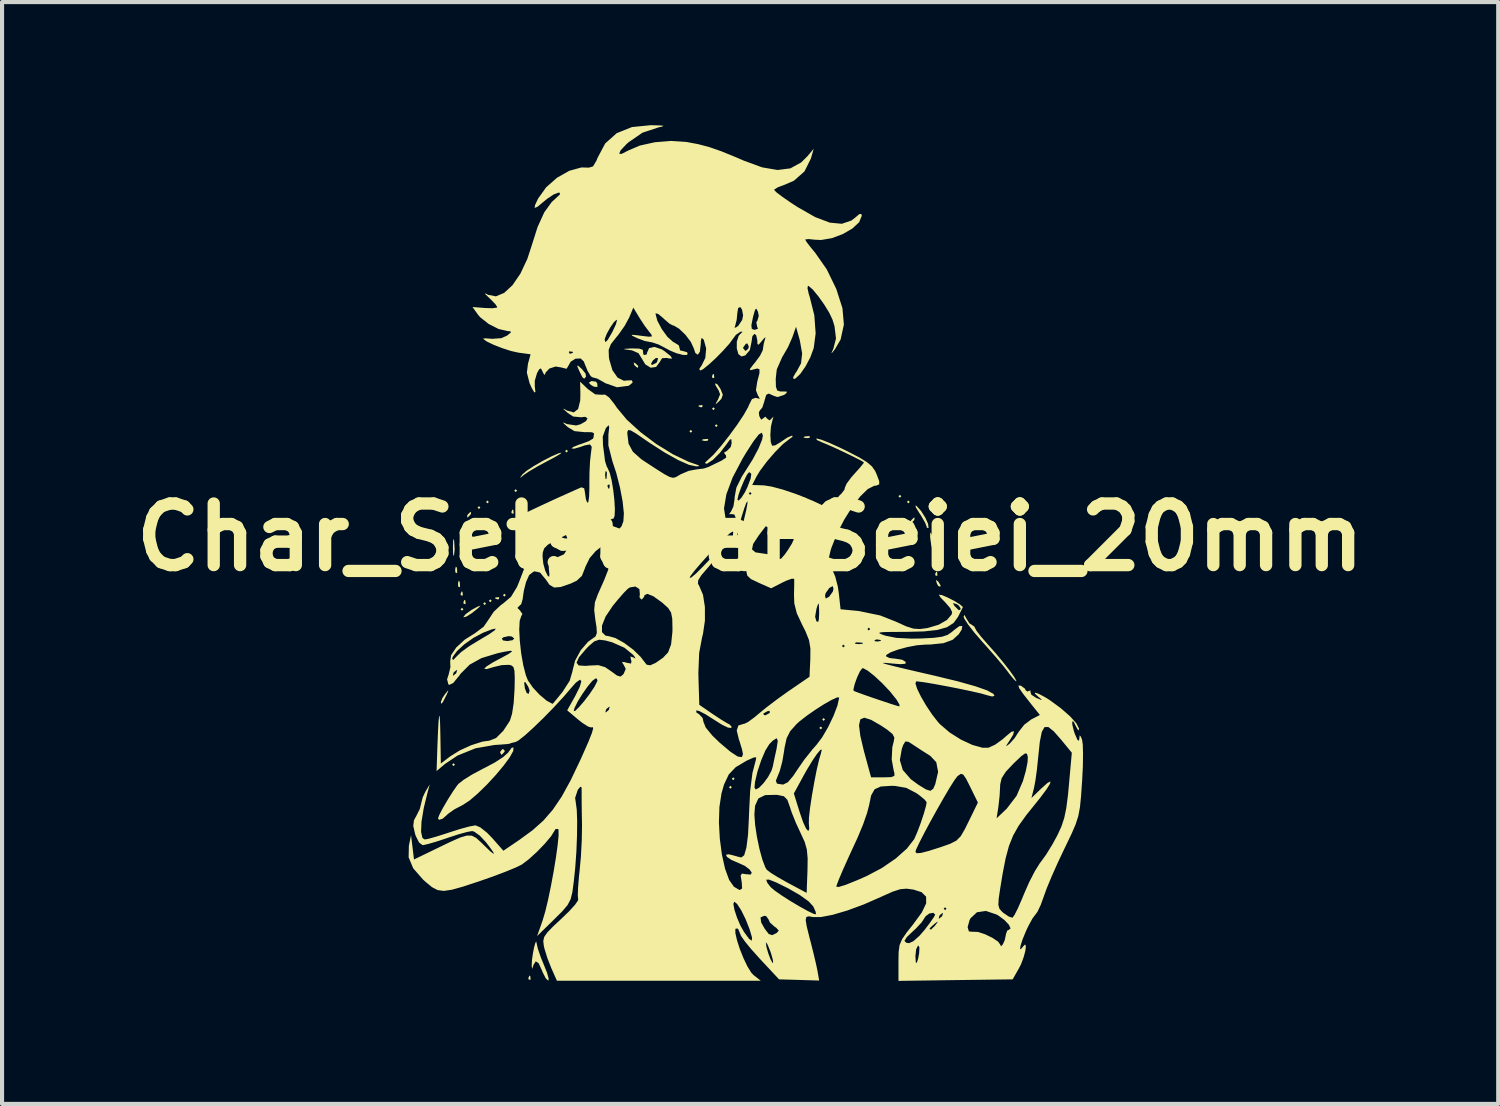
<source format=kicad_pcb>
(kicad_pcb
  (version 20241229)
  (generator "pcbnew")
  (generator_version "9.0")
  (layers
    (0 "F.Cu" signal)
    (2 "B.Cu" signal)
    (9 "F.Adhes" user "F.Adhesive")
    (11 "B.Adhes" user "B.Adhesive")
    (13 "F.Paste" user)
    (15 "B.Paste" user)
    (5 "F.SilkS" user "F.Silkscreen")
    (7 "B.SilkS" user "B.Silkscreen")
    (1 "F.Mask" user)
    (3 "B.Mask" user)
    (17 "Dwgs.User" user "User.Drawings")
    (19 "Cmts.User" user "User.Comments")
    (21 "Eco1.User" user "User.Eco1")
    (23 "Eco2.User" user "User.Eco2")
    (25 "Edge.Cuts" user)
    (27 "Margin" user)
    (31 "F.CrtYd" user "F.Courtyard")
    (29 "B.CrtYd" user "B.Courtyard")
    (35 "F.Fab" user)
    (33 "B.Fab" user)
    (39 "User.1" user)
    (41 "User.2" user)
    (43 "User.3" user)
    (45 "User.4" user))
  (footprint "Char_SetsunaFSeiei_20mm"
    (layer "F.Cu")
    (at 15.229 10.041)
    (property "Reference" "Char_SetsunaFSeiei_20mm" (at 0 0 0) (layer "F.SilkS") (effects (font (size 1.5 1.5) (thickness 0.3))))
    (attr board_only exclude_from_pos_files exclude_from_bom)
    (fp_poly (pts (xy -7.193 5.541) (xy -7.228 5.576) (xy -7.262 5.541) (xy -7.228 5.507)) (stroke (width 0) (type solid)) (fill yes) (layer "F.SilkS"))
    (fp_poly (pts (xy -6.987 1.755) (xy -7.021 1.79) (xy -7.056 1.755) (xy -7.021 1.721)) (stroke (width 0) (type solid)) (fill yes) (layer "F.SilkS"))
    (fp_poly (pts (xy -6.574 -0.723) (xy -6.608 -0.688) (xy -6.643 -0.723) (xy -6.608 -0.757)) (stroke (width 0) (type solid)) (fill yes) (layer "F.SilkS"))
    (fp_poly (pts (xy -6.436 1.618) (xy -6.47 1.652) (xy -6.505 1.618) (xy -6.47 1.583)) (stroke (width 0) (type solid)) (fill yes) (layer "F.SilkS"))
    (fp_poly (pts (xy -6.367 -0.86) (xy -6.402 -0.826) (xy -6.436 -0.86) (xy -6.402 -0.895)) (stroke (width 0) (type solid)) (fill yes) (layer "F.SilkS"))
    (fp_poly (pts (xy -6.298 1.549) (xy -6.333 1.583) (xy -6.367 1.549) (xy -6.333 1.514)) (stroke (width 0) (type solid)) (fill yes) (layer "F.SilkS"))
    (fp_poly (pts (xy -5.954 1.411) (xy -5.989 1.446) (xy -6.023 1.411) (xy -5.989 1.377)) (stroke (width 0) (type solid)) (fill yes) (layer "F.SilkS"))
    (fp_poly (pts (xy -5.679 -1.136) (xy -5.713 -1.101) (xy -5.748 -1.136) (xy -5.713 -1.17)) (stroke (width 0) (type solid)) (fill yes) (layer "F.SilkS"))
    (fp_poly (pts (xy -4.44 -2.099) (xy -4.474 -2.065) (xy -4.509 -2.099) (xy -4.474 -2.134)) (stroke (width 0) (type solid)) (fill yes) (layer "F.SilkS"))
    (fp_poly (pts (xy -1.411 -2.581) (xy -1.446 -2.547) (xy -1.48 -2.581) (xy -1.446 -2.616)) (stroke (width 0) (type solid)) (fill yes) (layer "F.SilkS"))
    (fp_poly (pts (xy -0.86 -3.132) (xy -0.895 -3.098) (xy -0.929 -3.132) (xy -0.895 -3.166)) (stroke (width 0) (type solid)) (fill yes) (layer "F.SilkS"))
    (fp_poly (pts (xy -0.792 -2.719) (xy -0.826 -2.685) (xy -0.86 -2.719) (xy -0.826 -2.753)) (stroke (width 0) (type solid)) (fill yes) (layer "F.SilkS"))
    (fp_poly (pts (xy -0.585 0.172) (xy -0.62 0.207) (xy -0.654 0.172) (xy -0.62 0.138)) (stroke (width 0) (type solid)) (fill yes) (layer "F.SilkS"))
    (fp_poly (pts (xy -0.447 6.092) (xy -0.482 6.126) (xy -0.516 6.092) (xy -0.482 6.057)) (stroke (width 0) (type solid)) (fill yes) (layer "F.SilkS"))
    (fp_poly (pts (xy -0.379 5.885) (xy -0.413 5.92) (xy -0.447 5.885) (xy -0.413 5.851)) (stroke (width 0) (type solid)) (fill yes) (layer "F.SilkS"))
    (fp_poly (pts (xy 1.755 4.646) (xy 1.721 4.681) (xy 1.686 4.646) (xy 1.721 4.612)) (stroke (width 0) (type solid)) (fill yes) (layer "F.SilkS"))
    (fp_poly (pts (xy 1.824 4.44) (xy 1.79 4.474) (xy 1.755 4.44) (xy 1.79 4.405)) (stroke (width 0) (type solid)) (fill yes) (layer "F.SilkS"))
    (fp_poly (pts (xy 3.683 -0.998) (xy 3.648 -0.964) (xy 3.614 -0.998) (xy 3.648 -1.033)) (stroke (width 0) (type solid)) (fill yes) (layer "F.SilkS"))
    (fp_poly (pts (xy 3.889 -0.86) (xy 3.855 -0.826) (xy 3.82 -0.86) (xy 3.855 -0.895)) (stroke (width 0) (type solid)) (fill yes) (layer "F.SilkS"))
    (fp_poly (pts (xy -7.146 0.744) (xy -7.138 0.852) (xy -7.152 0.876) (xy -7.183 0.856) (xy -7.188 0.786) (xy -7.171 0.712)) (stroke (width 0) (type solid)) (fill yes) (layer "F.SilkS"))
    (fp_poly (pts (xy -7.077 1.088) (xy -7.069 1.196) (xy -7.083 1.22) (xy -7.114 1.2) (xy -7.119 1.13) (xy -7.102 1.057)) (stroke (width 0) (type solid)) (fill yes) (layer "F.SilkS"))
    (fp_poly (pts (xy -7.01 1.331) (xy -7.001 1.412) (xy -7.01 1.423) (xy -7.051 1.413) (xy -7.056 1.377) (xy -7.03 1.32)) (stroke (width 0) (type solid)) (fill yes) (layer "F.SilkS"))
    (fp_poly (pts (xy -6.941 1.537) (xy -6.933 1.619) (xy -6.941 1.629) (xy -6.982 1.62) (xy -6.987 1.583) (xy -6.962 1.527)) (stroke (width 0) (type solid)) (fill yes) (layer "F.SilkS"))
    (fp_poly (pts (xy -6.115 1.468) (xy -6.124 1.509) (xy -6.161 1.514) (xy -6.217 1.489) (xy -6.207 1.468) (xy -6.125 1.46)) (stroke (width 0) (type solid)) (fill yes) (layer "F.SilkS"))
    (fp_poly (pts (xy -5.771 -0.665) (xy -5.762 -0.584) (xy -5.771 -0.574) (xy -5.812 -0.583) (xy -5.817 -0.62) (xy -5.791 -0.676)) (stroke (width 0) (type solid)) (fill yes) (layer "F.SilkS"))
    (fp_poly (pts (xy -5.358 10.692) (xy -5.349 10.774) (xy -5.358 10.784) (xy -5.399 10.775) (xy -5.404 10.738) (xy -5.378 10.682)) (stroke (width 0) (type solid)) (fill yes) (layer "F.SilkS"))
    (fp_poly (pts (xy -1.159 -3.212) (xy -1.168 -3.171) (xy -1.205 -3.166) (xy -1.261 -3.192) (xy -1.25 -3.212) (xy -1.169 -3.221)) (stroke (width 0) (type solid)) (fill yes) (layer "F.SilkS"))
    (fp_poly (pts (xy -1.017 -2.382) (xy -1.037 -2.351) (xy -1.107 -2.346) (xy -1.181 -2.363) (xy -1.149 -2.387) (xy -1.041 -2.396)) (stroke (width 0) (type solid)) (fill yes) (layer "F.SilkS"))
    (fp_poly (pts (xy -0.883 -3.969) (xy -0.875 -3.888) (xy -0.883 -3.878) (xy -0.924 -3.887) (xy -0.929 -3.924) (xy -0.904 -3.98)) (stroke (width 0) (type solid)) (fill yes) (layer "F.SilkS"))
    (fp_poly (pts (xy 1.461 -2.451) (xy 1.441 -2.42) (xy 1.371 -2.415) (xy 1.298 -2.431) (xy 1.329 -2.456) (xy 1.437 -2.464)) (stroke (width 0) (type solid)) (fill yes) (layer "F.SilkS"))
    (fp_poly (pts (xy 3.591 0.023) (xy 3.599 0.105) (xy 3.591 0.115) (xy 3.55 0.105) (xy 3.545 0.069) (xy 3.57 0.012)) (stroke (width 0) (type solid)) (fill yes) (layer "F.SilkS"))
    (fp_poly (pts (xy 4.555 0.849) (xy 4.563 0.931) (xy 4.555 0.941) (xy 4.514 0.931) (xy 4.509 0.895) (xy 4.534 0.838)) (stroke (width 0) (type solid)) (fill yes) (layer "F.SilkS"))
    (fp_poly (pts (xy -6.791 -0.041) (xy -6.717 0.028) (xy -6.732 0.068) (xy -6.742 0.069) (xy -6.8 0.02) (xy -6.821 -0.011) (xy -6.829 -0.058)) (stroke (width 0) (type solid)) (fill yes) (layer "F.SilkS"))
    (fp_poly (pts (xy -3.758 -3.791) (xy -3.725 -3.747) (xy -3.721 -3.66) (xy -3.809 -3.67) (xy -3.878 -3.709) (xy -3.931 -3.765) (xy -3.866 -3.806)) (stroke (width 0) (type solid)) (fill yes) (layer "F.SilkS"))
    (fp_poly (pts (xy -2.798 -4.24) (xy -2.725 -4.171) (xy -2.74 -4.131) (xy -2.749 -4.13) (xy -2.808 -4.179) (xy -2.829 -4.21) (xy -2.837 -4.257)) (stroke (width 0) (type solid)) (fill yes) (layer "F.SilkS"))
    (fp_poly (pts (xy 4.577 1.074) (xy 4.586 1.083) (xy 4.64 1.173) (xy 4.633 1.206) (xy 4.582 1.186) (xy 4.548 1.122) (xy 4.527 1.041)) (stroke (width 0) (type solid)) (fill yes) (layer "F.SilkS"))
    (fp_poly (pts (xy -7.359 3.755) (xy -7.405 3.855) (xy -7.487 4.016) (xy -7.528 4.06) (xy -7.537 4.017) (xy -7.498 3.916) (xy -7.43 3.816) (xy -7.359 3.732)) (stroke (width 0) (type solid)) (fill yes) (layer "F.SilkS"))
    (fp_poly (pts (xy -7.213 0.087) (xy -7.201 0.291) (xy -7.214 0.431) (xy -7.23 0.459) (xy -7.24 0.369) (xy -7.242 0.241) (xy -7.237 0.085) (xy -7.225 0.039)) (stroke (width 0) (type solid)) (fill yes) (layer "F.SilkS"))
    (fp_poly (pts (xy -6.802 -0.575) (xy -6.815 -0.551) (xy -6.879 -0.485) (xy -6.892 -0.482) (xy -6.896 -0.526) (xy -6.883 -0.551) (xy -6.819 -0.616) (xy -6.807 -0.62)) (stroke (width 0) (type solid)) (fill yes) (layer "F.SilkS"))
    (fp_poly (pts (xy -5.978 5.205) (xy -5.989 5.231) (xy -6.05 5.297) (xy -6.062 5.3) (xy -6.091 5.247) (xy -6.092 5.231) (xy -6.039 5.165) (xy -6.019 5.163)) (stroke (width 0) (type solid)) (fill yes) (layer "F.SilkS"))
    (fp_poly (pts (xy 4.005 -0.437) (xy 3.992 -0.413) (xy 3.928 -0.347) (xy 3.915 -0.344) (xy 3.911 -0.389) (xy 3.924 -0.413) (xy 3.988 -0.479) (xy 4.001 -0.482)) (stroke (width 0) (type solid)) (fill yes) (layer "F.SilkS"))
    (fp_poly (pts (xy -4.103 -4.102) (xy -4.012 -3.99) (xy -3.998 -3.914) (xy -4.043 -3.863) (xy -4.086 -3.896) (xy -4.156 -4.035) (xy -4.159 -4.043) (xy -4.214 -4.17) (xy -4.199 -4.185)) (stroke (width 0) (type solid)) (fill yes) (layer "F.SilkS"))
    (fp_poly (pts (xy -6.574 1.67) (xy -6.623 1.723) (xy -6.746 1.822) (xy -6.78 1.848) (xy -6.912 1.932) (xy -6.983 1.952) (xy -6.987 1.944) (xy -6.933 1.875) (xy -6.802 1.78) (xy -6.78 1.766) (xy -6.644 1.692) (xy -6.576 1.667)) (stroke (width 0) (type solid)) (fill yes) (layer "F.SilkS"))
    (fp_poly (pts (xy 4.423 -0.074) (xy 4.461 0.061) (xy 4.47 0.107) (xy 4.494 0.278) (xy 4.491 0.381) (xy 4.487 0.389) (xy 4.456 0.35) (xy 4.419 0.215) (xy 4.409 0.168) (xy 4.386 -0.003) (xy 4.388 -0.106) (xy 4.393 -0.113)) (stroke (width 0) (type solid)) (fill yes) (layer "F.SilkS"))
    (fp_poly (pts (xy -0.796 -3.724) (xy -0.722 -3.612) (xy -0.666 -3.473) (xy -0.699 -3.376) (xy -0.752 -3.319) (xy -0.837 -3.242) (xy -0.834 -3.268) (xy -0.786 -3.35) (xy -0.732 -3.483) (xy -0.773 -3.59) (xy -0.788 -3.61) (xy -0.849 -3.712) (xy -0.847 -3.753)) (stroke (width 0) (type solid)) (fill yes) (layer "F.SilkS"))
    (fp_poly (pts (xy 4.057 -0.76) (xy 4.166 -0.639) (xy 4.267 -0.479) (xy 4.335 -0.328) (xy 4.347 -0.23) (xy 4.342 -0.223) (xy 4.304 -0.234) (xy 4.302 -0.254) (xy 4.266 -0.35) (xy 4.175 -0.509) (xy 4.122 -0.591) (xy 4.04 -0.724) (xy 4.027 -0.777)) (stroke (width 0) (type solid)) (fill yes) (layer "F.SilkS"))
    (fp_poly (pts (xy -4.625 -2.032) (xy -4.75 -1.957) (xy -4.945 -1.853) (xy -4.956 -1.847) (xy -5.191 -1.721) (xy -5.393 -1.601) (xy -5.506 -1.524) (xy -5.599 -1.45) (xy -5.596 -1.468) (xy -5.544 -1.537) (xy -5.443 -1.623) (xy -5.264 -1.739) (xy -5.049 -1.863) (xy -4.837 -1.972) (xy -4.669 -2.045) (xy -4.597 -2.062)) (stroke (width 0) (type solid)) (fill yes) (layer "F.SilkS"))
    (fp_poly (pts (xy -5.205 9.886) (xy -5.173 10.027) (xy -5.1 10.239) (xy -5.026 10.42) (xy -4.946 10.621) (xy -4.909 10.761) (xy -4.918 10.807) (xy -4.98 10.749) (xy -5.054 10.605) (xy -5.069 10.566) (xy -5.153 10.382) (xy -5.224 10.333) (xy -5.28 10.421) (xy -5.287 10.446) (xy -5.312 10.518) (xy -5.322 10.458) (xy -5.323 10.428) (xy -5.316 10.297) (xy -5.293 10.138) (xy -5.263 9.987) (xy -5.233 9.88) (xy -5.211 9.853)) (stroke (width 0) (type solid)) (fill yes) (layer "F.SilkS"))
    (fp_poly (pts (xy 5.268 1.979) (xy 5.342 2.098) (xy 5.401 2.134) (xy 5.47 2.183) (xy 5.472 2.199) (xy 5.516 2.28) (xy 5.63 2.427) (xy 5.791 2.611) (xy 5.791 2.611) (xy 5.981 2.825) (xy 6.164 3.045) (xy 6.322 3.247) (xy 6.435 3.405) (xy 6.486 3.497) (xy 6.481 3.511) (xy 6.423 3.46) (xy 6.32 3.334) (xy 6.286 3.287) (xy 6.169 3.137) (xy 5.989 2.923) (xy 5.775 2.679) (xy 5.662 2.553) (xy 5.465 2.326) (xy 5.311 2.128) (xy 5.218 1.984) (xy 5.201 1.934) (xy 5.221 1.892)) (stroke (width 0) (type solid)) (fill yes) (layer "F.SilkS"))
    (fp_poly (pts (xy -5.772 5.206) (xy -5.858 5.362) (xy -6.008 5.566) (xy -6.2 5.795) (xy -6.415 6.028) (xy -6.634 6.242) (xy -6.836 6.415) (xy -7.003 6.524) (xy -7.019 6.532) (xy -7.214 6.634) (xy -7.363 6.741) (xy -7.391 6.769) (xy -7.494 6.859) (xy -7.58 6.885) (xy -7.606 6.851) (xy -7.572 6.76) (xy -7.485 6.594) (xy -7.368 6.394) (xy -7.245 6.199) (xy -7.141 6.05) (xy -7.11 6.012) (xy -6.984 5.912) (xy -6.774 5.781) (xy -6.52 5.645) (xy -6.469 5.62) (xy -6.221 5.488) (xy -6.018 5.356) (xy -5.897 5.248) (xy -5.884 5.229) (xy -5.812 5.131) (xy -5.767 5.12)) (stroke (width 0) (type solid)) (fill yes) (layer "F.SilkS"))
    (fp_poly (pts (xy -2.158 -4.58) (xy -2.093 -4.539) (xy -1.94 -4.417) (xy -1.901 -4.355) (xy -1.98 -4.356) (xy -2.025 -4.369) (xy -2.146 -4.363) (xy -2.202 -4.271) (xy -2.292 -4.149) (xy -2.424 -4.131) (xy -2.554 -4.211) (xy -2.558 -4.217) (xy -2.418 -4.217) (xy -2.387 -4.199) (xy -2.286 -4.25) (xy -2.269 -4.272) (xy -2.243 -4.362) (xy -2.296 -4.369) (xy -2.373 -4.304) (xy -2.418 -4.217) (xy -2.558 -4.217) (xy -2.627 -4.332) (xy -2.721 -4.485) (xy -2.879 -4.553) (xy -2.935 -4.562) (xy -3.062 -4.579) (xy -3.068 -4.59) (xy -2.946 -4.598) (xy -2.87 -4.601) (xy -2.696 -4.595) (xy -2.613 -4.565) (xy -2.613 -4.548) (xy -2.604 -4.459) (xy -2.582 -4.441) (xy -2.521 -4.454) (xy -2.512 -4.497) (xy -2.462 -4.609) (xy -2.333 -4.638)) (stroke (width 0) (type solid)) (fill yes) (layer "F.SilkS"))
    (fp_poly (pts (xy -2.409 -10.04) (xy -2.197 -10.035) (xy -2.111 -10.025) (xy -2.142 -10.007) (xy -2.237 -9.986) (xy -2.625 -9.857) (xy -2.966 -9.622) (xy -3.012 -9.581) (xy -3.154 -9.43) (xy -3.193 -9.346) (xy -3.131 -9.341) (xy -2.975 -9.421) (xy -2.689 -9.544) (xy -2.322 -9.625) (xy -1.925 -9.657) (xy -1.559 -9.633) (xy -1.269 -9.579) (xy -0.996 -9.507) (xy -0.7 -9.404) (xy -0.338 -9.256) (xy -0.161 -9.179) (xy 0.292 -9.013) (xy 0.667 -8.949) (xy 0.979 -8.988) (xy 1.242 -9.132) (xy 1.394 -9.282) (xy 1.548 -9.465) (xy 1.481 -9.23) (xy 1.324 -8.914) (xy 1.066 -8.687) (xy 0.847 -8.592) (xy 0.682 -8.531) (xy 0.591 -8.475) (xy 0.585 -8.462) (xy 0.639 -8.406) (xy 0.785 -8.295) (xy 0.998 -8.148) (xy 1.15 -8.049) (xy 1.582 -7.802) (xy 1.941 -7.666) (xy 2.234 -7.638) (xy 2.468 -7.718) (xy 2.55 -7.781) (xy 2.665 -7.877) (xy 2.713 -7.873) (xy 2.719 -7.831) (xy 2.656 -7.676) (xy 2.492 -7.523) (xy 2.259 -7.388) (xy 1.993 -7.288) (xy 1.729 -7.243) (xy 1.576 -7.25) (xy 1.421 -7.266) (xy 1.344 -7.256) (xy 1.342 -7.251) (xy 1.383 -7.183) (xy 1.489 -7.047) (xy 1.585 -6.931) (xy 1.866 -6.529) (xy 2.099 -6.05) (xy 2.249 -5.581) (xy 2.284 -5.182) (xy 2.204 -4.818) (xy 2.063 -4.576) (xy 1.987 -4.484) (xy 1.986 -4.504) (xy 2.027 -4.59) (xy 2.092 -4.844) (xy 2.055 -5.146) (xy 2.005 -5.307) (xy 1.925 -5.474) (xy 1.802 -5.674) (xy 1.661 -5.872) (xy 1.529 -6.032) (xy 1.43 -6.119) (xy 1.408 -6.126) (xy 1.397 -6.069) (xy 1.429 -5.926) (xy 1.45 -5.861) (xy 1.564 -5.407) (xy 1.596 -4.967) (xy 1.549 -4.61) (xy 1.467 -4.386) (xy 1.35 -4.164) (xy 1.221 -3.979) (xy 1.105 -3.87) (xy 1.058 -3.855) (xy 1.048 -3.9) (xy 1.113 -4.013) (xy 1.131 -4.036) (xy 1.24 -4.237) (xy 1.267 -4.477) (xy 1.212 -4.79) (xy 1.195 -4.853) (xy 1.118 -5.128) (xy 1.026 -4.867) (xy 0.921 -4.629) (xy 0.79 -4.404) (xy 0.781 -4.39) (xy 0.648 -4.088) (xy 0.623 -3.859) (xy 0.628 -3.667) (xy 0.659 -3.576) (xy 0.737 -3.551) (xy 0.785 -3.552) (xy 0.897 -3.549) (xy 0.884 -3.512) (xy 0.827 -3.468) (xy 0.668 -3.416) (xy 0.58 -3.444) (xy 0.456 -3.5) (xy 0.393 -3.472) (xy 0.351 -3.335) (xy 0.344 -3.304) (xy 0.296 -3.16) (xy 0.243 -3.098) (xy 0.242 -3.098) (xy 0.212 -3.042) (xy 0.222 -2.954) (xy 0.268 -2.864) (xy 0.311 -2.893) (xy 0.37 -2.938) (xy 0.413 -2.891) (xy 0.474 -2.846) (xy 0.531 -2.901) (xy 0.569 -2.94) (xy 0.545 -2.859) (xy 0.544 -2.857) (xy 0.506 -2.694) (xy 0.492 -2.495) (xy 0.503 -2.319) (xy 0.535 -2.23) (xy 0.611 -2.239) (xy 0.742 -2.317) (xy 0.763 -2.333) (xy 0.91 -2.431) (xy 1.019 -2.475) (xy 1.025 -2.476) (xy 1.033 -2.447) (xy 0.953 -2.39) (xy 0.799 -2.27) (xy 0.606 -2.075) (xy 0.407 -1.844) (xy 0.238 -1.617) (xy 0.155 -1.48) (xy 0.05 -1.273) (xy 0.335 -1.264) (xy 0.524 -1.234) (xy 0.795 -1.162) (xy 1.101 -1.059) (xy 1.255 -1) (xy 1.544 -0.88) (xy 1.725 -0.795) (xy 1.817 -0.73) (xy 1.841 -0.672) (xy 1.821 -0.613) (xy 1.769 -0.5) (xy 1.783 -0.485) (xy 1.846 -0.556) (xy 1.944 -0.699) (xy 1.97 -0.74) (xy 2.086 -0.912) (xy 2.19 -1.033) (xy 2.216 -1.053) (xy 2.298 -1.158) (xy 2.306 -1.203) (xy 2.35 -1.305) (xy 2.464 -1.459) (xy 2.548 -1.554) (xy 2.681 -1.702) (xy 2.761 -1.802) (xy 2.771 -1.826) (xy 2.685 -1.877) (xy 2.512 -1.965) (xy 2.291 -2.072) (xy 2.062 -2.179) (xy 1.863 -2.267) (xy 1.757 -2.31) (xy 1.631 -2.367) (xy 1.608 -2.401) (xy 1.628 -2.404) (xy 1.735 -2.377) (xy 1.932 -2.299) (xy 2.186 -2.184) (xy 2.361 -2.099) (xy 2.653 -1.948) (xy 2.847 -1.83) (xy 2.969 -1.725) (xy 3.047 -1.612) (xy 3.083 -1.531) (xy 3.145 -1.366) (xy 3.145 -1.289) (xy 3.075 -1.259) (xy 3.02 -1.252) (xy 2.866 -1.174) (xy 2.681 -0.993) (xy 2.483 -0.734) (xy 2.289 -0.423) (xy 2.116 -0.087) (xy 1.983 0.25) (xy 1.961 0.317) (xy 1.915 0.514) (xy 1.927 0.651) (xy 1.998 0.784) (xy 2.073 0.957) (xy 2.136 1.201) (xy 2.16 1.362) (xy 2.203 1.755) (xy 2.65 1.798) (xy 3.169 1.906) (xy 3.549 2.056) (xy 3.8 2.17) (xy 3.979 2.227) (xy 4.137 2.237) (xy 4.324 2.212) (xy 4.326 2.211) (xy 4.591 2.133) (xy 4.796 2.016) (xy 4.909 1.883) (xy 4.922 1.825) (xy 4.875 1.727) (xy 4.771 1.606) (xy 4.941 1.606) (xy 4.973 1.664) (xy 4.989 1.685) (xy 5.086 1.78) (xy 5.126 1.758) (xy 5.128 1.728) (xy 5.073 1.654) (xy 5.015 1.623) (xy 4.941 1.606) (xy 4.771 1.606) (xy 4.763 1.596) (xy 4.75 1.583) (xy 4.641 1.47) (xy 4.599 1.403) (xy 4.6 1.4) (xy 4.672 1.409) (xy 4.811 1.468) (xy 4.973 1.551) (xy 5.111 1.636) (xy 5.181 1.697) (xy 5.182 1.707) (xy 5.136 1.798) (xy 5.065 1.94) (xy 4.959 2.087) (xy 4.798 2.192) (xy 4.561 2.259) (xy 4.229 2.295) (xy 3.782 2.306) (xy 3.455 2.307) (xy 3.25 2.311) (xy 3.154 2.322) (xy 3.151 2.342) (xy 3.226 2.375) (xy 3.294 2.398) (xy 3.561 2.452) (xy 3.933 2.471) (xy 4.17 2.467) (xy 4.474 2.451) (xy 4.676 2.424) (xy 4.812 2.379) (xy 4.919 2.306) (xy 4.95 2.277) (xy 5.096 2.167) (xy 5.169 2.162) (xy 5.155 2.25) (xy 5.083 2.364) (xy 4.933 2.5) (xy 4.711 2.581) (xy 4.392 2.614) (xy 4.267 2.616) (xy 4.06 2.633) (xy 3.827 2.677) (xy 3.602 2.738) (xy 3.421 2.805) (xy 3.318 2.868) (xy 3.31 2.901) (xy 3.399 2.944) (xy 3.545 2.96) (xy 3.705 2.985) (xy 3.792 3.039) (xy 3.782 3.083) (xy 3.665 3.093) (xy 3.469 3.078) (xy 3.324 3.064) (xy 3.245 3.06) (xy 3.241 3.07) (xy 3.324 3.096) (xy 3.504 3.142) (xy 3.791 3.211) (xy 4.195 3.305) (xy 4.5 3.375) (xy 5.059 3.511) (xy 5.484 3.63) (xy 5.774 3.732) (xy 5.927 3.816) (xy 5.954 3.861) (xy 5.9 3.881) (xy 5.768 3.848) (xy 5.765 3.847) (xy 5.631 3.808) (xy 5.398 3.755) (xy 5.105 3.693) (xy 4.788 3.631) (xy 4.485 3.575) (xy 4.233 3.533) (xy 4.069 3.512) (xy 4.048 3.511) (xy 4.027 3.562) (xy 4.07 3.696) (xy 4.163 3.886) (xy 4.289 4.102) (xy 4.433 4.318) (xy 4.578 4.504) (xy 4.628 4.558) (xy 4.862 4.758) (xy 5.138 4.932) (xy 5.418 5.062) (xy 5.665 5.13) (xy 5.811 5.128) (xy 5.972 5.053) (xy 6.158 4.918) (xy 6.212 4.869) (xy 6.362 4.743) (xy 6.43 4.726) (xy 6.408 4.813) (xy 6.319 4.958) (xy 6.244 5.071) (xy 6.249 5.087) (xy 6.323 5.03) (xy 6.444 4.896) (xy 6.545 4.739) (xy 6.68 4.567) (xy 6.852 4.438) (xy 7.06 4.331) (xy 6.828 4.041) (xy 6.65 3.814) (xy 6.555 3.677) (xy 6.536 3.615) (xy 6.585 3.615) (xy 6.605 3.622) (xy 6.698 3.692) (xy 6.711 3.728) (xy 6.755 3.76) (xy 6.791 3.745) (xy 6.839 3.737) (xy 6.827 3.765) (xy 6.852 3.837) (xy 6.969 3.914) (xy 6.972 3.915) (xy 7.094 3.964) (xy 7.101 3.952) (xy 7.025 3.89) (xy 6.937 3.809) (xy 6.948 3.787) (xy 7.039 3.819) (xy 7.189 3.899) (xy 7.298 3.967) (xy 7.569 4.165) (xy 7.795 4.363) (xy 7.951 4.537) (xy 8.015 4.666) (xy 8.015 4.677) (xy 7.993 4.707) (xy 7.945 4.619) (xy 7.882 4.495) (xy 7.849 4.485) (xy 7.85 4.567) (xy 7.888 4.722) (xy 7.911 4.79) (xy 7.976 4.939) (xy 8.012 4.958) (xy 8.019 4.922) (xy 8.03 4.827) (xy 8.057 4.858) (xy 8.087 4.93) (xy 8.105 5.052) (xy 8.111 5.28) (xy 8.107 5.581) (xy 8.09 5.925) (xy 8.088 5.95) (xy 8.063 6.313) (xy 8.036 6.58) (xy 7.996 6.794) (xy 7.931 6.996) (xy 7.831 7.228) (xy 7.685 7.532) (xy 7.655 7.594) (xy 7.495 7.932) (xy 7.346 8.267) (xy 7.226 8.556) (xy 7.159 8.742) (xy 7.08 8.961) (xy 7 9.128) (xy 6.955 9.189) (xy 6.88 9.289) (xy 6.782 9.468) (xy 6.722 9.594) (xy 6.635 9.807) (xy 6.586 9.963) (xy 6.577 10.042) (xy 6.614 10.021) (xy 6.643 9.981) (xy 6.699 9.922) (xy 6.719 9.964) (xy 6.706 10.077) (xy 6.665 10.231) (xy 6.603 10.398) (xy 6.553 10.497) (xy 6.397 10.773) (xy 5.006 10.791) (xy 3.614 10.81) (xy 3.614 10.343) (xy 3.616 10.203) (xy 4.027 10.203) (xy 4.036 10.355) (xy 4.06 10.374) (xy 4.094 10.265) (xy 4.118 10.136) (xy 4.125 9.994) (xy 4.096 9.947) (xy 4.09 9.95) (xy 4.045 10.04) (xy 4.027 10.202) (xy 4.027 10.203) (xy 3.616 10.203) (xy 3.618 10.106) (xy 3.641 9.938) (xy 3.684 9.837) (xy 3.76 9.837) (xy 3.807 9.882) (xy 3.872 9.891) (xy 3.978 9.843) (xy 4.128 9.709) (xy 4.251 9.567) (xy 4.27 9.542) (xy 4.371 9.542) (xy 4.404 9.563) (xy 4.468 9.501) (xy 5.299 9.501) (xy 5.33 9.605) (xy 5.43 9.615) (xy 5.434 9.613) (xy 5.553 9.618) (xy 5.726 9.675) (xy 5.905 9.762) (xy 6.043 9.855) (xy 6.093 9.926) (xy 6.113 9.968) (xy 6.157 9.92) (xy 6.203 9.819) (xy 6.228 9.704) (xy 6.228 9.688) (xy 6.263 9.586) (xy 6.301 9.568) (xy 6.346 9.532) (xy 6.304 9.442) (xy 6.196 9.327) (xy 6.045 9.216) (xy 6.004 9.193) (xy 5.745 9.106) (xy 5.527 9.138) (xy 5.37 9.284) (xy 5.346 9.331) (xy 5.299 9.501) (xy 4.468 9.501) (xy 4.496 9.474) (xy 4.517 9.448) (xy 4.577 9.366) (xy 4.541 9.383) (xy 4.491 9.422) (xy 4.396 9.506) (xy 4.371 9.542) (xy 4.27 9.542) (xy 4.387 9.387) (xy 4.455 9.288) (xy 4.594 9.288) (xy 4.604 9.293) (xy 4.667 9.244) (xy 4.681 9.224) (xy 4.698 9.159) (xy 4.689 9.155) (xy 4.626 9.203) (xy 4.612 9.224) (xy 4.594 9.288) (xy 4.455 9.288) (xy 4.48 9.251) (xy 4.509 9.196) (xy 4.463 9.151) (xy 4.365 9.169) (xy 4.275 9.235) (xy 4.253 9.271) (xy 4.176 9.387) (xy 4.035 9.538) (xy 3.98 9.588) (xy 3.816 9.744) (xy 3.76 9.837) (xy 3.684 9.837) (xy 3.702 9.794) (xy 3.818 9.626) (xy 3.962 9.445) (xy 4.181 9.147) (xy 4.227 9.052) (xy 4.715 9.052) (xy 4.75 9.086) (xy 4.784 9.052) (xy 4.75 9.017) (xy 4.715 9.052) (xy 4.227 9.052) (xy 4.271 8.959) (xy 6.048 8.959) (xy 6.075 9.054) (xy 6.142 9.129) (xy 6.175 9.157) (xy 6.306 9.245) (xy 6.392 9.271) (xy 6.442 9.203) (xy 6.526 9.037) (xy 6.628 8.803) (xy 6.672 8.695) (xy 6.798 8.407) (xy 6.935 8.141) (xy 7.057 7.945) (xy 7.082 7.912) (xy 7.215 7.729) (xy 7.367 7.481) (xy 7.483 7.269) (xy 7.583 7.053) (xy 7.653 6.842) (xy 7.704 6.596) (xy 7.745 6.275) (xy 7.766 6.05) (xy 7.838 5.251) (xy 7.576 4.931) (xy 7.397 4.728) (xy 7.266 4.624) (xy 7.172 4.627) (xy 7.106 4.745) (xy 7.058 4.986) (xy 7.019 5.356) (xy 7.018 5.369) (xy 6.988 5.659) (xy 6.951 5.928) (xy 6.915 6.118) (xy 6.914 6.12) (xy 6.854 6.355) (xy 7.092 6.124) (xy 7.246 5.987) (xy 7.317 5.95) (xy 7.308 6.003) (xy 7.224 6.14) (xy 7.065 6.352) (xy 6.967 6.474) (xy 6.724 6.777) (xy 6.542 7.031) (xy 6.408 7.268) (xy 6.307 7.52) (xy 6.226 7.819) (xy 6.152 8.198) (xy 6.093 8.557) (xy 6.056 8.806) (xy 6.048 8.959) (xy 4.271 8.959) (xy 4.289 8.922) (xy 4.288 8.759) (xy 4.177 8.649) (xy 3.977 8.585) (xy 3.811 8.563) (xy 3.659 8.576) (xy 3.476 8.635) (xy 3.221 8.748) (xy 3.185 8.765) (xy 2.767 8.948) (xy 2.366 9.096) (xy 2.008 9.201) (xy 1.719 9.256) (xy 1.534 9.255) (xy 1.429 9.237) (xy 1.37 9.253) (xy 1.353 9.327) (xy 1.378 9.48) (xy 1.441 9.736) (xy 1.474 9.86) (xy 1.544 10.139) (xy 1.605 10.397) (xy 1.643 10.577) (xy 1.643 10.581) (xy 1.682 10.802) (xy 1.193 10.787) (xy 0.704 10.773) (xy 0.232 10.267) (xy 0.032 10.044) (xy -0.099 9.885) (xy 0.383 9.885) (xy 0.399 9.993) (xy 0.443 10.143) (xy 0.497 10.285) (xy 0.544 10.37) (xy 0.559 10.374) (xy 0.554 10.3) (xy 0.51 10.144) (xy 0.487 10.078) (xy 0.427 9.931) (xy 0.389 9.874) (xy 0.383 9.885) (xy -0.099 9.885) (xy -0.126 9.851) (xy -0.222 9.715) (xy -0.241 9.668) (xy -0.288 9.553) (xy -0.313 9.532) (xy -0.361 9.542) (xy -0.36 9.648) (xy -0.32 9.822) (xy -0.252 10.033) (xy -0.164 10.254) (xy -0.068 10.455) (xy 0.027 10.609) (xy 0.083 10.669) (xy 0.259 10.807) (xy -2.225 10.807) (xy -4.709 10.807) (xy -4.847 10.494) (xy -4.941 10.256) (xy -5.012 10.025) (xy -5.028 9.955) (xy -5.041 9.84) (xy -5.019 9.741) (xy -4.943 9.63) (xy -4.796 9.479) (xy -4.611 9.307) (xy -4.413 9.116) (xy -4.267 8.955) (xy -4.253 8.935) (xy -0.409 8.935) (xy -0.383 9.076) (xy -0.322 9.264) (xy -0.238 9.461) (xy -0.149 9.619) (xy -0.025 9.787) (xy 0.041 9.831) (xy 0.045 9.751) (xy -0.013 9.554) (xy -0.111 9.306) (xy -0.132 9.264) (xy 0.253 9.264) (xy 0.268 9.385) (xy 0.352 9.536) (xy 0.453 9.668) (xy 0.538 9.696) (xy 0.647 9.643) (xy 0.697 9.584) (xy 0.633 9.514) (xy 0.595 9.49) (xy 0.482 9.388) (xy 0.447 9.311) (xy 0.392 9.234) (xy 0.344 9.224) (xy 0.253 9.264) (xy -0.132 9.264) (xy -0.219 9.088) (xy -0.318 8.935) (xy -0.388 8.88) (xy -0.409 8.935) (xy -4.253 8.935) (xy -4.194 8.849) (xy -4.191 8.824) (xy -4.2 8.732) (xy -4.193 8.538) (xy -4.172 8.277) (xy -4.158 8.149) (xy -4.124 7.781) (xy -4.103 7.378) (xy -4.097 7.022) (xy -4.098 6.987) (xy -4.098 6.951) (xy -0.761 6.951) (xy -0.739 7.349) (xy -0.688 7.735) (xy -0.611 8.079) (xy -0.512 8.35) (xy -0.396 8.515) (xy -0.392 8.518) (xy -0.257 8.597) (xy -0.196 8.56) (xy -0.205 8.406) (xy -0.209 8.388) (xy -0.215 8.345) (xy 0.391 8.345) (xy 0.418 8.42) (xy 0.499 8.525) (xy 0.597 8.609) (xy 0.769 8.729) (xy 0.982 8.865) (xy 1.204 8.997) (xy 1.403 9.107) (xy 1.548 9.177) (xy 1.606 9.188) (xy 1.594 9.12) (xy 1.537 8.995) (xy 1.425 8.873) (xy 1.213 8.72) (xy 0.931 8.558) (xy 0.912 8.548) (xy 0.63 8.409) (xy 0.459 8.342) (xy 0.391 8.345) (xy -0.215 8.345) (xy -0.232 8.242) (xy -0.198 8.196) (xy -0.107 8.21) (xy 0.014 8.22) (xy 0.039 8.173) (xy -0.016 8.093) (xy -0.136 8.004) (xy -0.293 7.933) (xy -0.459 7.862) (xy -0.563 7.79) (xy -0.59 7.738) (xy -0.525 7.725) (xy -0.43 7.747) (xy -0.283 7.788) (xy -0.214 7.803) (xy -0.145 7.748) (xy -0.091 7.562) (xy -0.052 7.252) (xy -0.03 6.826) (xy -0.028 6.755) (xy -0.028 6.751) (xy 0.103 6.751) (xy 0.12 7) (xy 0.164 7.294) (xy 0.226 7.593) (xy 0.298 7.857) (xy 0.37 8.046) (xy 0.407 8.104) (xy 0.504 8.178) (xy 0.685 8.29) (xy 0.914 8.419) (xy 0.931 8.428) (xy 1.377 8.666) (xy 1.382 8.514) (xy 2.099 8.514) (xy 2.159 8.522) (xy 2.332 8.468) (xy 2.611 8.356) (xy 2.84 8.255) (xy 3.21 8.06) (xy 3.547 7.829) (xy 3.731 7.665) (xy 4.027 7.665) (xy 4.057 7.7) (xy 4.16 7.693) (xy 4.354 7.643) (xy 4.646 7.55) (xy 4.876 7.469) (xy 5.024 7.393) (xy 5.13 7.287) (xy 5.23 7.116) (xy 5.321 6.932) (xy 5.362 6.849) (xy 6.005 6.849) (xy 6.253 6.613) (xy 6.491 6.302) (xy 6.646 5.944) (xy 6.717 5.695) (xy 6.76 5.478) (xy 6.766 5.354) (xy 6.746 5.277) (xy 6.703 5.266) (xy 6.613 5.329) (xy 6.454 5.479) (xy 6.417 5.515) (xy 6.228 5.715) (xy 6.128 5.872) (xy 6.092 6.024) (xy 6.091 6.066) (xy 6.079 6.296) (xy 6.051 6.549) (xy 6.048 6.574) (xy 6.005 6.849) (xy 5.362 6.849) (xy 5.549 6.465) (xy 5.364 6.087) (xy 5.26 5.881) (xy 5.19 5.781) (xy 5.132 5.766) (xy 5.06 5.816) (xy 5.047 5.828) (xy 4.978 5.92) (xy 4.863 6.102) (xy 4.717 6.349) (xy 4.555 6.634) (xy 4.392 6.928) (xy 4.243 7.206) (xy 4.123 7.441) (xy 4.046 7.604) (xy 4.027 7.665) (xy 3.731 7.665) (xy 3.819 7.587) (xy 3.995 7.36) (xy 4.002 7.346) (xy 4.074 7.182) (xy 4.157 6.961) (xy 4.233 6.732) (xy 4.286 6.543) (xy 4.301 6.456) (xy 4.25 6.391) (xy 4.119 6.284) (xy 4.045 6.232) (xy 3.804 6.107) (xy 3.532 6.06) (xy 3.434 6.057) (xy 3.183 6.074) (xy 3.033 6.141) (xy 2.948 6.291) (xy 2.9 6.523) (xy 2.849 6.72) (xy 2.754 6.992) (xy 2.631 7.29) (xy 2.584 7.394) (xy 2.405 7.782) (xy 2.26 8.105) (xy 2.158 8.346) (xy 2.105 8.488) (xy 2.099 8.514) (xy 1.382 8.514) (xy 1.397 8.122) (xy 1.401 7.823) (xy 1.381 7.608) (xy 1.328 7.422) (xy 1.233 7.216) (xy 1.114 6.959) (xy 1.01 6.7) (xy 0.97 6.576) (xy 0.906 6.397) (xy 0.822 6.312) (xy 0.671 6.28) (xy 0.637 6.277) (xy 0.366 6.283) (xy 0.2 6.365) (xy 0.12 6.542) (xy 0.103 6.751) (xy -0.028 6.751) (xy -0.003 6.244) (xy 1.065 6.244) (xy 1.207 6.701) (xy 1.292 6.947) (xy 1.365 7.103) (xy 1.417 7.16) (xy 1.44 7.106) (xy 1.43 6.97) (xy 1.433 6.83) (xy 1.46 6.593) (xy 1.505 6.297) (xy 1.561 5.977) (xy 1.621 5.67) (xy 1.681 5.415) (xy 1.725 5.266) (xy 1.746 5.174) (xy 1.709 5.184) (xy 1.628 5.281) (xy 1.514 5.448) (xy 1.38 5.67) (xy 1.313 5.789) (xy 1.065 6.244) (xy -0.003 6.244) (xy -0.001 6.191) (xy 0.01 6.102) (xy 0.105 6.102) (xy 0.139 6.147) (xy 0.221 6.101) (xy 0.327 5.992) (xy 0.37 5.933) (xy 0.626 5.933) (xy 0.651 5.998) (xy 0.672 6.008) (xy 0.803 6.027) (xy 0.92 5.969) (xy 1.05 5.815) (xy 1.143 5.675) (xy 1.318 5.421) (xy 1.523 5.164) (xy 1.616 5.059) (xy 1.754 4.877) (xy 1.899 4.628) (xy 1.921 4.582) (xy 2.653 4.582) (xy 2.684 4.836) (xy 2.771 5.207) (xy 2.799 5.309) (xy 2.947 5.851) (xy 3.251 5.851) (xy 3.436 5.845) (xy 3.514 5.816) (xy 3.515 5.745) (xy 3.5 5.696) (xy 3.452 5.431) (xy 3.648 5.431) (xy 3.719 5.671) (xy 3.914 5.895) (xy 4.094 6.028) (xy 4.282 6.144) (xy 4.392 6.179) (xy 4.459 6.132) (xy 4.51 6.019) (xy 4.58 5.716) (xy 4.535 5.481) (xy 4.388 5.326) (xy 4.185 5.198) (xy 4.012 5.084) (xy 3.862 4.986) (xy 3.782 4.976) (xy 3.729 5.062) (xy 3.695 5.158) (xy 3.648 5.431) (xy 3.452 5.431) (xy 3.449 5.418) (xy 3.464 5.115) (xy 3.499 4.975) (xy 3.514 4.881) (xy 3.468 4.794) (xy 3.338 4.688) (xy 3.188 4.588) (xy 2.947 4.449) (xy 2.781 4.397) (xy 2.684 4.438) (xy 2.653 4.582) (xy 1.921 4.582) (xy 2.031 4.354) (xy 2.127 4.102) (xy 2.168 3.915) (xy 2.168 3.905) (xy 2.118 3.903) (xy 1.985 3.964) (xy 1.798 4.07) (xy 1.587 4.205) (xy 1.379 4.35) (xy 1.203 4.487) (xy 1.132 4.551) (xy 0.976 4.725) (xy 0.888 4.899) (xy 0.837 5.134) (xy 0.828 5.205) (xy 0.784 5.462) (xy 0.724 5.689) (xy 0.682 5.794) (xy 0.626 5.933) (xy 0.37 5.933) (xy 0.434 5.847) (xy 0.518 5.693) (xy 0.55 5.593) (xy 0.591 5.393) (xy 0.642 5.163) (xy 0.645 5.145) (xy 0.674 4.959) (xy 0.645 4.897) (xy 0.552 4.956) (xy 0.467 5.042) (xy 0.37 5.198) (xy 0.268 5.438) (xy 0.178 5.71) (xy 0.119 5.961) (xy 0.105 6.102) (xy 0.01 6.102) (xy 0.056 5.744) (xy 0.14 5.422) (xy 0.14 5.421) (xy 0.148 5.363) (xy 0.087 5.367) (xy -0.067 5.436) (xy -0.091 5.448) (xy -0.35 5.601) (xy -0.521 5.78) (xy -0.637 6.026) (xy -0.699 6.244) (xy -0.749 6.572) (xy -0.761 6.951) (xy -4.098 6.951) (xy -4.103 6.695) (xy -4.106 6.431) (xy -4.106 6.247) (xy -4.106 6.23) (xy -4.108 6.093) (xy -4.138 6.079) (xy -4.2 6.155) (xy -4.265 6.35) (xy -4.249 6.464) (xy -4.225 6.639) (xy -4.215 6.917) (xy -4.219 7.267) (xy -4.234 7.655) (xy -4.262 8.049) (xy -4.298 8.394) (xy -4.332 8.647) (xy -4.375 8.822) (xy -4.45 8.964) (xy -4.579 9.116) (xy -4.776 9.312) (xy -5.191 9.718) (xy -5.056 9.334) (xy -4.992 9.118) (xy -4.923 8.83) (xy -4.854 8.497) (xy -4.789 8.147) (xy -4.733 7.808) (xy -4.692 7.508) (xy -4.668 7.274) (xy -4.669 7.134) (xy -4.678 7.108) (xy -4.744 7.112) (xy -4.769 7.154) (xy -4.85 7.285) (xy -5.004 7.468) (xy -5.196 7.667) (xy -5.394 7.847) (xy -5.562 7.974) (xy -5.567 7.977) (xy -5.714 8.049) (xy -5.96 8.15) (xy -6.269 8.267) (xy -6.61 8.386) (xy -6.628 8.392) (xy -6.999 8.514) (xy -7.269 8.589) (xy -7.465 8.618) (xy -7.617 8.597) (xy -7.753 8.526) (xy -7.9 8.405) (xy -7.974 8.338) (xy -8.211 8.066) (xy -8.322 7.799) (xy -8.316 7.518) (xy -8.263 7.262) (xy -8.227 7.557) (xy -8.191 7.852) (xy -7.636 7.583) (xy -7.303 7.422) (xy -7.067 7.318) (xy -6.902 7.269) (xy -6.781 7.272) (xy -6.678 7.325) (xy -6.565 7.427) (xy -6.502 7.489) (xy -6.329 7.656) (xy -6.247 7.718) (xy -6.256 7.678) (xy -6.357 7.536) (xy -6.442 7.427) (xy -6.589 7.27) (xy -6.723 7.174) (xy -6.774 7.159) (xy -6.895 7.181) (xy -7.103 7.238) (xy -7.355 7.32) (xy -7.386 7.331) (xy -7.638 7.414) (xy -7.847 7.475) (xy -7.973 7.503) (xy -7.981 7.503) (xy -8.066 7.441) (xy -8.147 7.282) (xy -8.164 7.231) (xy -8.209 7.034) (xy -8.192 6.896) (xy -8.132 6.786) (xy -8.049 6.619) (xy -8.017 6.49) (xy -7.98 6.341) (xy -7.911 6.195) (xy -7.807 6.023) (xy -7.855 6.195) (xy -7.953 6.596) (xy -8.008 6.929) (xy -8.019 7.179) (xy -7.985 7.329) (xy -7.928 7.365) (xy -7.822 7.344) (xy -7.626 7.288) (xy -7.378 7.209) (xy -7.331 7.193) (xy -7.07 7.11) (xy -6.847 7.049) (xy -6.703 7.022) (xy -6.691 7.021) (xy -6.575 7.07) (xy -6.415 7.197) (xy -6.285 7.33) (xy -6.013 7.639) (xy -5.622 7.373) (xy -5.305 7.142) (xy -5.04 6.906) (xy -4.809 6.64) (xy -4.593 6.321) (xy -4.375 5.925) (xy -4.137 5.426) (xy -4.082 5.304) (xy -3.941 4.984) (xy -3.857 4.773) (xy -3.825 4.657) (xy -3.842 4.623) (xy -3.872 4.636) (xy -3.949 4.613) (xy -4.091 4.522) (xy -4.191 4.443) (xy -4.404 4.263) (xy -3.528 4.263) (xy -3.519 4.268) (xy -3.456 4.219) (xy -3.442 4.199) (xy -3.424 4.135) (xy -3.434 4.13) (xy -3.496 4.179) (xy -3.511 4.199) (xy -3.528 4.263) (xy -4.404 4.263) (xy -4.436 4.237) (xy -4.3 4.237) (xy -4.263 4.231) (xy -4.171 4.141) (xy -4.046 3.996) (xy -3.915 3.824) (xy -3.8 3.653) (xy -3.787 3.631) (xy -3.72 3.498) (xy -3.735 3.446) (xy -3.767 3.442) (xy -3.843 3.496) (xy -3.958 3.634) (xy -4.086 3.816) (xy -4.203 4.005) (xy -4.281 4.163) (xy -4.3 4.237) (xy -4.436 4.237) (xy -4.458 4.218) (xy -4.262 3.868) (xy -4.151 3.643) (xy -4.113 3.508) (xy -4.146 3.47) (xy -4.245 3.541) (xy -4.348 3.657) (xy -4.554 3.896) (xy -4.793 4.154) (xy -5.043 4.41) (xy -5.283 4.642) (xy -5.491 4.83) (xy -5.646 4.953) (xy -5.714 4.989) (xy -5.825 5.015) (xy -5.851 5.028) (xy -5.913 5.039) (xy -6.074 5.052) (xy -6.23 5.062) (xy -6.69 5.142) (xy -7.129 5.319) (xy -7.435 5.523) (xy -7.641 5.697) (xy -7.621 5.103) (xy -7.606 4.726) (xy -7.592 4.476) (xy -7.578 4.355) (xy -7.566 4.364) (xy -7.556 4.507) (xy -7.549 4.786) (xy -7.548 4.839) (xy -7.537 5.514) (xy -7.309 5.34) (xy -7.075 5.194) (xy -6.795 5.067) (xy -6.526 4.981) (xy -6.352 4.956) (xy -6.192 4.893) (xy -6.014 4.715) (xy -5.854 4.47) (xy -5.802 4.304) (xy -5.762 4.039) (xy -5.742 3.715) (xy -5.741 3.712) (xy -5.738 3.541) (xy -5.507 3.541) (xy -5.489 3.682) (xy -5.445 3.796) (xy -5.395 3.815) (xy -5.374 3.733) (xy -5.406 3.644) (xy -5.479 3.528) (xy -5.507 3.541) (xy -5.738 3.541) (xy -5.736 3.43) (xy -5.743 3.256) (xy -5.768 3.163) (xy -5.818 3.123) (xy -5.878 3.109) (xy -6.053 3.116) (xy -6.245 3.161) (xy -6.421 3.213) (xy -6.479 3.206) (xy -6.426 3.149) (xy -6.264 3.047) (xy -6.116 2.968) (xy -5.895 2.849) (xy -5.8 2.783) (xy -5.833 2.765) (xy -5.996 2.792) (xy -6.158 2.827) (xy -6.547 2.945) (xy -6.835 3.105) (xy -7.055 3.325) (xy -7.095 3.381) (xy -7.236 3.552) (xy -7.331 3.597) (xy -7.354 3.584) (xy -7.385 3.462) (xy -7.354 3.368) (xy -7.245 3.368) (xy -7.236 3.373) (xy -7.173 3.324) (xy -7.159 3.304) (xy -7.141 3.24) (xy -7.151 3.235) (xy -7.214 3.284) (xy -7.228 3.304) (xy -7.245 3.368) (xy -7.354 3.368) (xy -7.347 3.347) (xy -7.303 3.163) (xy -7.31 3.032) (xy -7.301 2.968) (xy -7.262 2.968) (xy -7.231 2.988) (xy -7.156 2.908) (xy -7.045 2.8) (xy -6.851 2.659) (xy -6.616 2.515) (xy -6.602 2.507) (xy -6.539 2.469) (xy -6.052 2.469) (xy -6.023 2.514) (xy -5.919 2.53) (xy -5.79 2.509) (xy -5.748 2.469) (xy -5.805 2.42) (xy -5.881 2.409) (xy -6.01 2.437) (xy -6.052 2.469) (xy -6.539 2.469) (xy -6.358 2.362) (xy -6.223 2.267) (xy -6.199 2.226) (xy -6.29 2.243) (xy -6.498 2.323) (xy -6.512 2.329) (xy -6.741 2.451) (xy -6.962 2.607) (xy -7.141 2.771) (xy -7.247 2.913) (xy -7.262 2.968) (xy -7.301 2.968) (xy -7.287 2.873) (xy -7.16 2.685) (xy -6.955 2.496) (xy -6.704 2.338) (xy -6.493 2.179) (xy -6.366 1.994) (xy -6.249 1.817) (xy -6.148 1.722) (xy -5.671 1.722) (xy -5.611 1.782) (xy -5.549 1.87) (xy -5.578 1.922) (xy -5.616 2.037) (xy -5.627 2.25) (xy -5.613 2.524) (xy -5.58 2.825) (xy -5.529 3.116) (xy -5.466 3.361) (xy -5.417 3.485) (xy -5.298 3.659) (xy -5.13 3.839) (xy -4.954 3.986) (xy -4.814 4.06) (xy -4.813 4.06) (xy -4.771 4.012) (xy -4.668 3.887) (xy -4.572 3.769) (xy -4.398 3.499) (xy -4.327 3.258) (xy -4.327 3.25) (xy -4.278 3.056) (xy -4.231 3.056) (xy -4.178 3.124) (xy -4.008 3.135) (xy -3.922 3.127) (xy -3.699 3.117) (xy -3.534 3.166) (xy -3.388 3.265) (xy -3.243 3.371) (xy -3.159 3.395) (xy -3.095 3.344) (xy -3.082 3.326) (xy -3.031 3.208) (xy -3.081 3.11) (xy -3.125 3.041) (xy -3.064 3.042) (xy -3.011 3.058) (xy -2.903 3.078) (xy -2.892 3.02) (xy -2.903 2.988) (xy -2.918 2.906) (xy -2.851 2.927) (xy -2.79 2.957) (xy -2.819 2.906) (xy -2.852 2.865) (xy -3.063 2.692) (xy -3.368 2.558) (xy -3.531 2.515) (xy -3.68 2.497) (xy -3.798 2.537) (xy -3.935 2.655) (xy -3.996 2.718) (xy -4.17 2.923) (xy -4.231 3.056) (xy -4.278 3.056) (xy -4.266 3.008) (xy -4.129 2.755) (xy -3.951 2.548) (xy -3.849 2.475) (xy -3.768 2.418) (xy -3.736 2.336) (xy -3.737 2.312) (xy -3.611 2.312) (xy -3.522 2.399) (xy -3.452 2.409) (xy -3.284 2.456) (xy -3.069 2.576) (xy -2.848 2.74) (xy -2.667 2.917) (xy -2.611 2.991) (xy -2.523 3.105) (xy -2.436 3.121) (xy -2.303 3.062) (xy -2.125 2.938) (xy -2 2.807) (xy -1.926 2.61) (xy -1.894 2.301) (xy -1.893 2.227) (xy -1.898 1.987) (xy -1.927 1.835) (xy -1.999 1.723) (xy -2.134 1.601) (xy -2.15 1.588) (xy -2.357 1.439) (xy -2.504 1.379) (xy -2.576 1.413) (xy -2.581 1.446) (xy -2.634 1.512) (xy -2.655 1.514) (xy -2.697 1.461) (xy -2.687 1.385) (xy -2.699 1.263) (xy -2.795 1.201) (xy -2.93 1.222) (xy -2.98 1.255) (xy -3.079 1.355) (xy -3.225 1.522) (xy -3.35 1.675) (xy -3.522 1.932) (xy -3.61 2.151) (xy -3.611 2.312) (xy -3.737 2.312) (xy -3.744 2.188) (xy -3.77 2.026) (xy -3.8 1.776) (xy -3.783 1.586) (xy -3.709 1.384) (xy -3.698 1.361) (xy -3.55 1.027) (xy -3.536 0.99) (xy -1.477 0.99) (xy -1.433 0.98) (xy -1.32 0.885) (xy -1.159 0.724) (xy -1.098 0.66) (xy -0.926 0.481) (xy -0.795 0.361) (xy -0.728 0.319) (xy -0.723 0.326) (xy -0.766 0.411) (xy -0.878 0.562) (xy -1.025 0.735) (xy -1.187 0.923) (xy -1.264 1.044) (xy -1.273 1.129) (xy -1.239 1.192) (xy -1.149 1.402) (xy -1.103 1.697) (xy -1.102 2.031) (xy -1.15 2.358) (xy -1.169 2.429) (xy -1.242 2.816) (xy -1.262 3.305) (xy -1.259 3.445) (xy -1.239 4.083) (xy -0.914 4.307) (xy -0.72 4.435) (xy -0.564 4.53) (xy -0.501 4.562) (xy -0.45 4.62) (xy -0.463 4.647) (xy -0.54 4.638) (xy -0.694 4.563) (xy -0.892 4.438) (xy -0.893 4.438) (xy -1.091 4.312) (xy -1.243 4.234) (xy -1.318 4.22) (xy -1.318 4.22) (xy -1.304 4.277) (xy -1.249 4.308) (xy -1.158 4.404) (xy -1.138 4.499) (xy -1.083 4.636) (xy -0.922 4.832) (xy -0.742 5.006) (xy -0.479 5.228) (xy -0.3 5.345) (xy -0.2 5.357) (xy -0.175 5.283) (xy -0.199 5.167) (xy -0.254 4.984) (xy -0.275 4.924) (xy -0.327 4.709) (xy -0.287 4.587) (xy -0.15 4.545) (xy -0.137 4.544) (xy -0.05 4.501) (xy 0.099 4.392) (xy 0.207 4.302) (xy 0.213 4.297) (xy 0.32 4.297) (xy 0.336 4.333) (xy 0.375 4.337) (xy 0.468 4.287) (xy 0.481 4.269) (xy 0.47 4.229) (xy 0.417 4.241) (xy 0.32 4.297) (xy 0.213 4.297) (xy 0.4 4.144) (xy 0.657 3.949) (xy 0.927 3.755) (xy 0.964 3.73) (xy 0.998 3.707) (xy 2.517 3.707) (xy 2.523 3.743) (xy 2.598 3.774) (xy 2.766 3.835) (xy 2.987 3.912) (xy 3.224 3.992) (xy 3.437 4.063) (xy 3.588 4.11) (xy 3.636 4.123) (xy 3.639 4.08) (xy 3.573 3.966) (xy 3.555 3.941) (xy 3.402 3.751) (xy 3.218 3.557) (xy 3.031 3.383) (xy 2.868 3.253) (xy 2.756 3.192) (xy 2.73 3.194) (xy 2.672 3.273) (xy 2.604 3.42) (xy 2.546 3.582) (xy 2.517 3.707) (xy 0.998 3.707) (xy 1.446 3.4) (xy 1.466 2.972) (xy 1.468 2.708) (xy 1.458 2.65) (xy 2.237 2.65) (xy 2.272 2.685) (xy 2.306 2.65) (xy 2.272 2.616) (xy 2.237 2.65) (xy 1.458 2.65) (xy 1.449 2.595) (xy 2.555 2.595) (xy 2.65 2.605) (xy 2.748 2.594) (xy 2.736 2.57) (xy 2.595 2.561) (xy 2.564 2.57) (xy 2.555 2.595) (xy 1.449 2.595) (xy 1.438 2.53) (xy 3.024 2.53) (xy 3.092 2.541) (xy 3.181 2.529) (xy 3.182 2.505) (xy 3.09 2.489) (xy 3.05 2.5) (xy 3.024 2.53) (xy 1.438 2.53) (xy 1.432 2.501) (xy 1.344 2.282) (xy 1.321 2.237) (xy 2.857 2.237) (xy 2.891 2.272) (xy 2.925 2.237) (xy 2.891 2.203) (xy 2.857 2.237) (xy 1.321 2.237) (xy 1.271 2.14) (xy 1.177 1.938) (xy 1.583 1.938) (xy 1.615 2.048) (xy 1.656 2.065) (xy 1.674 2.004) (xy 1.681 1.853) (xy 1.681 1.807) (xy 1.675 1.644) (xy 1.662 1.61) (xy 1.631 1.695) (xy 1.615 1.749) (xy 1.583 1.938) (xy 1.177 1.938) (xy 1.137 1.854) (xy 1.076 1.612) (xy 1.069 1.428) (xy 1.824 1.428) (xy 1.843 1.494) (xy 1.92 1.452) (xy 1.927 1.446) (xy 2.015 1.324) (xy 2.031 1.257) (xy 2.012 1.19) (xy 1.935 1.233) (xy 1.927 1.239) (xy 1.84 1.361) (xy 1.824 1.428) (xy 1.069 1.428) (xy 1.068 1.402) (xy 1.073 1.195) (xy 1.074 1.049) (xy 1.073 1.014) (xy 1.015 1.01) (xy 0.876 1.061) (xy 0.79 1.102) (xy 0.512 1.244) (xy 0.205 1.108) (xy 0.021 1.02) (xy -0.069 0.936) (xy -0.1 0.804) (xy -0.103 0.631) (xy -0.115 0.413) (xy -0.156 0.296) (xy 0.045 0.296) (xy 0.129 0.368) (xy 0.285 0.392) (xy 0.472 0.419) (xy 0.599 0.47) (xy 0.608 0.478) (xy 0.685 0.537) (xy 0.753 0.523) (xy 0.845 0.418) (xy 0.922 0.308) (xy 1.017 0.155) (xy 1.061 0.056) (xy 1.06 0.042) (xy 0.986 0.003) (xy 0.828 -0.071) (xy 0.706 -0.125) (xy 0.379 -0.267) (xy 0.207 -0.041) (xy 0.072 0.165) (xy 0.045 0.296) (xy -0.156 0.296) (xy -0.162 0.281) (xy -0.264 0.186) (xy -0.281 0.175) (xy -0.401 0.06) (xy -0.421 -0.04) (xy -0.418 -0.064) (xy -0.31 -0.064) (xy -0.297 0.003) (xy -0.259 -0.063) (xy -0.196 -0.263) (xy -0.147 -0.444) (xy -0.095 -0.663) (xy -0.066 -0.821) (xy -0.065 -0.88) (xy -0.095 -0.835) (xy -0.146 -0.698) (xy -0.205 -0.51) (xy -0.26 -0.312) (xy -0.299 -0.146) (xy -0.31 -0.064) (xy -0.418 -0.064) (xy -0.412 -0.125) (xy -0.431 -0.138) (xy -0.502 -0.09) (xy -0.639 0.037) (xy -0.816 0.217) (xy -1.011 0.423) (xy -1.198 0.63) (xy -1.353 0.812) (xy -1.453 0.942) (xy -1.477 0.99) (xy -3.536 0.99) (xy -3.461 0.798) (xy -3.427 0.653) (xy -3.442 0.576) (xy -3.458 0.562) (xy -3.525 0.464) (xy -3.555 0.355) (xy -3.579 0.193) (xy -3.767 0.341) (xy -3.911 0.509) (xy -4.017 0.725) (xy -4.026 0.754) (xy -4.1 0.942) (xy -4.226 1.059) (xy -4.373 1.129) (xy -4.617 1.213) (xy -4.777 1.225) (xy -4.89 1.158) (xy -4.977 1.033) (xy -5.118 0.862) (xy -5.26 0.825) (xy -5.385 0.921) (xy -5.461 1.092) (xy -5.514 1.301) (xy -5.54 1.475) (xy -5.541 1.499) (xy -5.578 1.63) (xy -5.627 1.675) (xy -5.671 1.722) (xy -6.148 1.722) (xy -6.071 1.65) (xy -6.024 1.618) (xy -5.828 1.452) (xy -5.682 1.213) (xy -5.631 1.09) (xy -5.489 0.72) (xy -5.554 0.468) (xy -5.059 0.468) (xy -5.04 0.645) (xy -4.992 0.819) (xy -4.932 0.939) (xy -4.897 0.964) (xy -4.891 0.905) (xy -4.906 0.765) (xy -4.909 0.625) (xy -4.841 0.545) (xy -4.699 0.488) (xy -4.537 0.416) (xy -4.469 0.31) (xy -4.453 0.168) (xy -4.459 0.015) (xy -4.486 -0.052) (xy -4.493 -0.051) (xy -4.763 0.082) (xy -4.93 0.183) (xy -5.02 0.273) (xy -5.054 0.374) (xy -5.059 0.468) (xy -5.554 0.468) (xy -5.636 0.149) (xy -5.705 -0.128) (xy -5.741 -0.301) (xy -5.743 -0.402) (xy -5.712 -0.459) (xy -5.649 -0.504) (xy -5.541 -0.56) (xy -5.337 -0.658) (xy -5.069 -0.784) (xy -4.767 -0.924) (xy -4.461 -1.062) (xy -4.181 -1.187) (xy -4.113 -1.216) (xy -4.044 -1.193) (xy -4.026 -1.092) (xy -4.002 -0.925) (xy -3.968 -0.84) (xy -3.942 -0.859) (xy -3.924 -0.992) (xy -3.917 -1.216) (xy -3.918 -1.239) (xy -3.476 -1.239) (xy -3.451 -1.182) (xy -3.43 -1.193) (xy -3.422 -1.275) (xy -3.43 -1.285) (xy -3.471 -1.275) (xy -3.476 -1.239) (xy -3.918 -1.239) (xy -3.918 -1.288) (xy -3.916 -1.514) (xy -3.534 -1.514) (xy -3.523 -1.417) (xy -3.499 -1.428) (xy -3.49 -1.569) (xy -3.499 -1.6) (xy -3.525 -1.609) (xy -3.534 -1.514) (xy -3.916 -1.514) (xy -3.915 -1.58) (xy -3.902 -1.847) (xy -3.881 -2.036) (xy -3.879 -2.048) (xy -3.86 -2.203) (xy -3.902 -2.262) (xy -4.031 -2.238) (xy -4.135 -2.201) (xy -4.278 -2.16) (xy -4.353 -2.162) (xy -4.314 -2.198) (xy -4.179 -2.253) (xy -4.102 -2.278) (xy -3.93 -2.342) (xy -3.83 -2.402) (xy -3.82 -2.42) (xy -3.815 -2.452) (xy -3.592 -2.452) (xy -3.585 -2.237) (xy -3.558 -2.034) (xy -3.539 -1.88) (xy -3.537 -1.859) (xy -3.493 -1.72) (xy -3.473 -1.686) (xy -3.421 -1.569) (xy -3.373 -1.376) (xy -3.335 -1.142) (xy -3.308 -0.899) (xy -3.296 -0.681) (xy -3.303 -0.52) (xy -3.331 -0.45) (xy -3.347 -0.453) (xy -3.4 -0.433) (xy -3.407 -0.388) (xy -3.346 -0.271) (xy -3.185 -0.212) (xy -3.134 -0.266) (xy -3.089 -0.39) (xy -3.077 -0.584) (xy -3.09 -0.704) (xy -0.637 -0.704) (xy -0.597 -0.44) (xy -0.578 -0.4) (xy -0.48 -0.302) (xy -0.387 -0.322) (xy -0.344 -0.45) (xy -0.344 -0.453) (xy -0.385 -0.555) (xy -0.447 -0.563) (xy -0.513 -0.563) (xy -0.465 -0.628) (xy -0.465 -0.628) (xy -0.407 -0.752) (xy -0.383 -0.913) (xy -0.31 -0.913) (xy -0.281 -0.893) (xy -0.213 -0.963) (xy -0.146 -1.067) (xy -0.034 -1.067) (xy 0 -1.033) (xy 0.034 -1.067) (xy 0 -1.101) (xy -0.034 -1.067) (xy -0.146 -1.067) (xy -0.13 -1.092) (xy -0.068 -1.218) (xy 0.012 -1.43) (xy 0.028 -1.544) (xy -0.016 -1.583) (xy -0.028 -1.583) (xy -0.076 -1.526) (xy -0.147 -1.384) (xy -0.223 -1.204) (xy -0.284 -1.033) (xy -0.31 -0.916) (xy -0.31 -0.913) (xy -0.383 -0.913) (xy -0.379 -0.941) (xy -0.379 -0.971) (xy -0.336 -1.208) (xy -0.2 -1.483) (xy -0.129 -1.593) (xy 0.059 -1.891) (xy 0.204 -2.163) (xy 0.291 -2.378) (xy 0.31 -2.476) (xy 0.286 -2.548) (xy 0.212 -2.506) (xy 0.086 -2.345) (xy -0.096 -2.064) (xy -0.188 -1.91) (xy -0.429 -1.452) (xy -0.58 -1.045) (xy -0.637 -0.704) (xy -3.09 -0.704) (xy -3.107 -0.869) (xy -3.171 -1.208) (xy -3.261 -1.562) (xy -3.356 -1.849) (xy -3.455 -2.238) (xy -3.454 -2.503) (xy -3.435 -2.675) (xy -3.445 -2.73) (xy -3.493 -2.685) (xy -3.52 -2.65) (xy -3.592 -2.452) (xy -3.815 -2.452) (xy -3.803 -2.529) (xy -3.851 -2.558) (xy -3.992 -2.562) (xy -4.031 -2.56) (xy -4.282 -2.586) (xy -4.444 -2.684) (xy -4.548 -2.778) (xy -4.549 -2.796) (xy -4.462 -2.757) (xy -4.24 -2.724) (xy -4.135 -2.752) (xy -4 -2.829) (xy -3.962 -2.9) (xy -4.024 -2.935) (xy -4.117 -2.923) (xy -4.314 -2.942) (xy -4.444 -3.028) (xy -4.547 -3.12) (xy -4.546 -3.133) (xy -4.459 -3.085) (xy -4.298 -3.042) (xy -4.192 -3.124) (xy -4.141 -3.329) (xy -4.137 -3.482) (xy -4.143 -3.791) (xy -3.954 -3.61) (xy -3.775 -3.482) (xy -3.626 -3.472) (xy -3.533 -3.475) (xy -3.435 -3.405) (xy -3.307 -3.243) (xy -3.245 -3.152) (xy -3.006 -2.865) (xy -2.674 -2.563) (xy -2.287 -2.272) (xy -1.882 -2.022) (xy -1.498 -1.838) (xy -1.357 -1.789) (xy -1.243 -1.749) (xy -1.256 -1.731) (xy -1.315 -1.727) (xy -1.489 -1.764) (xy -1.75 -1.879) (xy -2.078 -2.062) (xy -2.453 -2.303) (xy -2.564 -2.379) (xy -2.781 -2.528) (xy -2.909 -2.603) (xy -2.972 -2.613) (xy -2.992 -2.566) (xy -2.993 -2.527) (xy -2.963 -2.279) (xy -2.858 -2.084) (xy -2.654 -1.903) (xy -2.564 -1.842) (xy -2.28 -1.657) (xy -2.088 -1.536) (xy -1.962 -1.469) (xy -1.879 -1.448) (xy -1.812 -1.464) (xy -1.736 -1.508) (xy -1.695 -1.533) (xy -1.499 -1.617) (xy -1.314 -1.652) (xy -1.127 -1.675) (xy -1.014 -1.713) (xy -0.863 -1.787) (xy -0.704 -1.863) (xy -0.583 -1.94) (xy -0.591 -2) (xy -0.599 -2.005) (xy -0.638 -2.06) (xy -0.566 -2.103) (xy -0.472 -2.201) (xy -0.451 -2.296) (xy -0.459 -2.391) (xy -0.494 -2.38) (xy -0.571 -2.272) (xy -0.739 -2.054) (xy -0.907 -1.886) (xy -1.043 -1.797) (xy -1.079 -1.79) (xy -1.098 -1.821) (xy -1.023 -1.89) (xy -0.891 -2.013) (xy -0.712 -2.219) (xy -0.513 -2.472) (xy -0.318 -2.739) (xy -0.155 -2.984) (xy -0.048 -3.173) (xy -0.031 -3.217) (xy 0.044 -3.366) (xy 0.133 -3.398) (xy 0.16 -3.39) (xy 0.236 -3.373) (xy 0.205 -3.433) (xy 0.191 -3.451) (xy 0.141 -3.583) (xy 0.172 -3.784) (xy 0.173 -3.791) (xy 0.226 -3.994) (xy 0.228 -4.093) (xy 0.172 -4.112) (xy 0.09 -4.091) (xy 0.002 -4.069) (xy -0.006 -4.098) (xy 0.07 -4.199) (xy 0.124 -4.264) (xy 0.241 -4.424) (xy 0.305 -4.552) (xy 0.31 -4.577) (xy 0.332 -4.72) (xy 0.353 -4.796) (xy 0.375 -4.874) (xy 0.337 -4.846) (xy 0.287 -4.784) (xy 0.205 -4.69) (xy 0.178 -4.709) (xy 0.174 -4.801) (xy 0.147 -4.922) (xy 0.103 -4.956) (xy 0.054 -4.897) (xy 0.034 -4.763) (xy -0.008 -4.56) (xy -0.118 -4.431) (xy -0.212 -4.405) (xy -0.287 -4.463) (xy -0.326 -4.602) (xy -0.326 -4.608) (xy -0.172 -4.608) (xy -0.12 -4.545) (xy -0.103 -4.543) (xy -0.043 -4.599) (xy -0.034 -4.65) (xy -0.068 -4.722) (xy -0.103 -4.715) (xy -0.169 -4.627) (xy -0.172 -4.608) (xy -0.326 -4.608) (xy -0.325 -4.767) (xy -0.28 -4.906) (xy -0.249 -4.943) (xy -0.184 -5.007) (xy -0.232 -5.009) (xy -0.236 -5.008) (xy -0.348 -4.931) (xy -0.408 -4.851) (xy -0.503 -4.72) (xy -0.655 -4.55) (xy -0.832 -4.369) (xy -1.007 -4.208) (xy -1.146 -4.096) (xy -1.216 -4.061) (xy -1.24 -4.101) (xy -1.181 -4.187) (xy -1.092 -4.371) (xy -1.072 -4.601) (xy -1.128 -4.805) (xy -1.136 -4.818) (xy -1.182 -4.859) (xy -1.201 -4.783) (xy -1.204 -4.702) (xy -1.225 -4.521) (xy -1.276 -4.447) (xy -1.336 -4.49) (xy -1.376 -4.609) (xy -1.447 -4.762) (xy -1.577 -4.933) (xy -1.728 -5.078) (xy -1.765 -5.101) (xy -0.38 -5.101) (xy -0.329 -5.122) (xy -0.288 -5.154) (xy -0.28 -5.166) (xy 0.03 -5.166) (xy 0.039 -5.079) (xy 0.098 -5.055) (xy 0.115 -5.054) (xy 0.191 -5.081) (xy 0.17 -5.131) (xy 0.15 -5.24) (xy 0.176 -5.276) (xy 0.21 -5.394) (xy 0.19 -5.495) (xy 0.152 -5.57) (xy 0.12 -5.544) (xy 0.079 -5.402) (xy 0.066 -5.35) (xy 0.03 -5.166) (xy -0.28 -5.166) (xy -0.194 -5.296) (xy -0.172 -5.408) (xy -0.199 -5.55) (xy -0.241 -5.61) (xy -0.292 -5.586) (xy -0.31 -5.482) (xy -0.329 -5.294) (xy -0.357 -5.185) (xy -0.38 -5.101) (xy -1.765 -5.101) (xy -1.86 -5.158) (xy -1.889 -5.163) (xy -1.969 -5.207) (xy -2.096 -5.317) (xy -2.124 -5.344) (xy -2.239 -5.44) (xy -2.302 -5.457) (xy -2.306 -5.445) (xy -2.262 -5.277) (xy -2.154 -5.073) (xy -2.016 -4.884) (xy -1.879 -4.761) (xy -1.852 -4.747) (xy -1.739 -4.677) (xy -1.721 -4.612) (xy -1.706 -4.552) (xy -1.66 -4.543) (xy -1.547 -4.512) (xy -1.524 -4.489) (xy -1.535 -4.442) (xy -1.637 -4.443) (xy -1.793 -4.483) (xy -1.966 -4.555) (xy -2.045 -4.599) (xy -2.231 -4.696) (xy -2.389 -4.749) (xy -2.417 -4.753) (xy -2.57 -4.783) (xy -2.753 -4.852) (xy -2.873 -4.91) (xy -2.889 -4.933) (xy -2.789 -4.926) (xy -2.65 -4.908) (xy -2.464 -4.886) (xy -2.392 -4.895) (xy -2.41 -4.945) (xy -2.453 -4.998) (xy -2.565 -5.145) (xy -2.69 -5.335) (xy -2.706 -5.362) (xy -2.847 -5.595) (xy -2.946 -5.357) (xy -3.057 -5.152) (xy -3.212 -4.932) (xy -3.263 -4.871) (xy -3.395 -4.703) (xy -3.448 -4.565) (xy -3.442 -4.391) (xy -3.433 -4.332) (xy -3.356 -4.07) (xy -3.23 -3.889) (xy -3.077 -3.813) (xy -2.991 -3.821) (xy -2.88 -3.824) (xy -2.864 -3.767) (xy -2.952 -3.696) (xy -2.966 -3.69) (xy -3.243 -3.654) (xy -3.529 -3.754) (xy -3.575 -3.782) (xy -3.721 -3.864) (xy -3.816 -3.89) (xy -3.823 -3.888) (xy -3.882 -3.921) (xy -3.961 -4.053) (xy -4.04 -4.247) (xy -4.051 -4.28) (xy -4.13 -4.356) (xy -4.256 -4.351) (xy -4.373 -4.278) (xy -4.422 -4.19) (xy -4.473 -4.105) (xy -4.577 -4.13) (xy -4.585 -4.134) (xy -4.739 -4.16) (xy -4.892 -4.111) (xy -4.987 -4.01) (xy -4.995 -3.973) (xy -5.018 -3.958) (xy -5.053 -4.025) (xy -5.097 -4.115) (xy -5.14 -4.093) (xy -5.193 -4) (xy -5.248 -3.813) (xy -5.248 -3.675) (xy -5.232 -3.539) (xy -5.26 -3.529) (xy -5.325 -3.642) (xy -5.375 -3.755) (xy -5.441 -4.011) (xy -5.414 -4.228) (xy -5.35 -4.458) (xy -5.652 -4.499) (xy -5.746 -4.52) (xy -4.417 -4.52) (xy -4.407 -4.479) (xy -4.371 -4.474) (xy -4.314 -4.499) (xy -4.325 -4.52) (xy -4.407 -4.528) (xy -4.417 -4.52) (xy -5.746 -4.52) (xy -5.829 -4.539) (xy -6.042 -4.608) (xy -6.252 -4.69) (xy -6.418 -4.77) (xy -6.477 -4.813) (xy -3.545 -4.813) (xy -3.527 -4.753) (xy -3.471 -4.808) (xy -3.369 -4.982) (xy -3.347 -5.025) (xy -3.271 -5.188) (xy -3.245 -5.286) (xy -3.254 -5.3) (xy -3.317 -5.245) (xy -3.406 -5.116) (xy -3.491 -4.964) (xy -3.541 -4.839) (xy -3.545 -4.813) (xy -6.477 -4.813) (xy -6.502 -4.831) (xy -6.505 -4.84) (xy -6.445 -4.847) (xy -6.299 -4.836) (xy -6.281 -4.835) (xy -6.062 -4.851) (xy -5.92 -4.915) (xy -5.828 -4.993) (xy -5.844 -5.019) (xy -5.909 -5.023) (xy -6.129 -5.074) (xy -6.373 -5.198) (xy -6.579 -5.361) (xy -6.636 -5.429) (xy -6.765 -5.61) (xy -6.463 -5.586) (xy -6.281 -5.58) (xy -6.173 -5.595) (xy -6.161 -5.606) (xy -6.207 -5.678) (xy -6.321 -5.796) (xy -6.35 -5.823) (xy -6.455 -5.924) (xy -6.457 -5.945) (xy -6.385 -5.907) (xy -6.196 -5.87) (xy -5.994 -5.954) (xy -5.79 -6.143) (xy -5.598 -6.424) (xy -5.43 -6.781) (xy -5.332 -7.08) (xy -5.179 -7.561) (xy -5.015 -7.92) (xy -4.833 -8.171) (xy -4.742 -8.254) (xy -4.634 -8.354) (xy -4.643 -8.395) (xy -4.669 -8.398) (xy -4.784 -8.355) (xy -4.947 -8.246) (xy -5.023 -8.184) (xy -5.182 -8.053) (xy -5.253 -8.023) (xy -5.24 -8.098) (xy -5.167 -8.252) (xy -4.97 -8.528) (xy -4.705 -8.761) (xy -4.407 -8.929) (xy -4.111 -9.011) (xy -3.929 -9.006) (xy -3.829 -9.036) (xy -3.743 -9.181) (xy -3.718 -9.246) (xy -3.532 -9.596) (xy -3.251 -9.846) (xy -2.879 -9.995) (xy -2.418 -10.041)) (stroke (width 0) (type solid)) (fill yes) (layer "F.SilkS")))
  (gr_rect
    (start -3 -3)
    (end 33.457 23.85)
    (stroke (width 0.1) (type default))
    (fill no)
    (layer "Edge.Cuts")))
</source>
